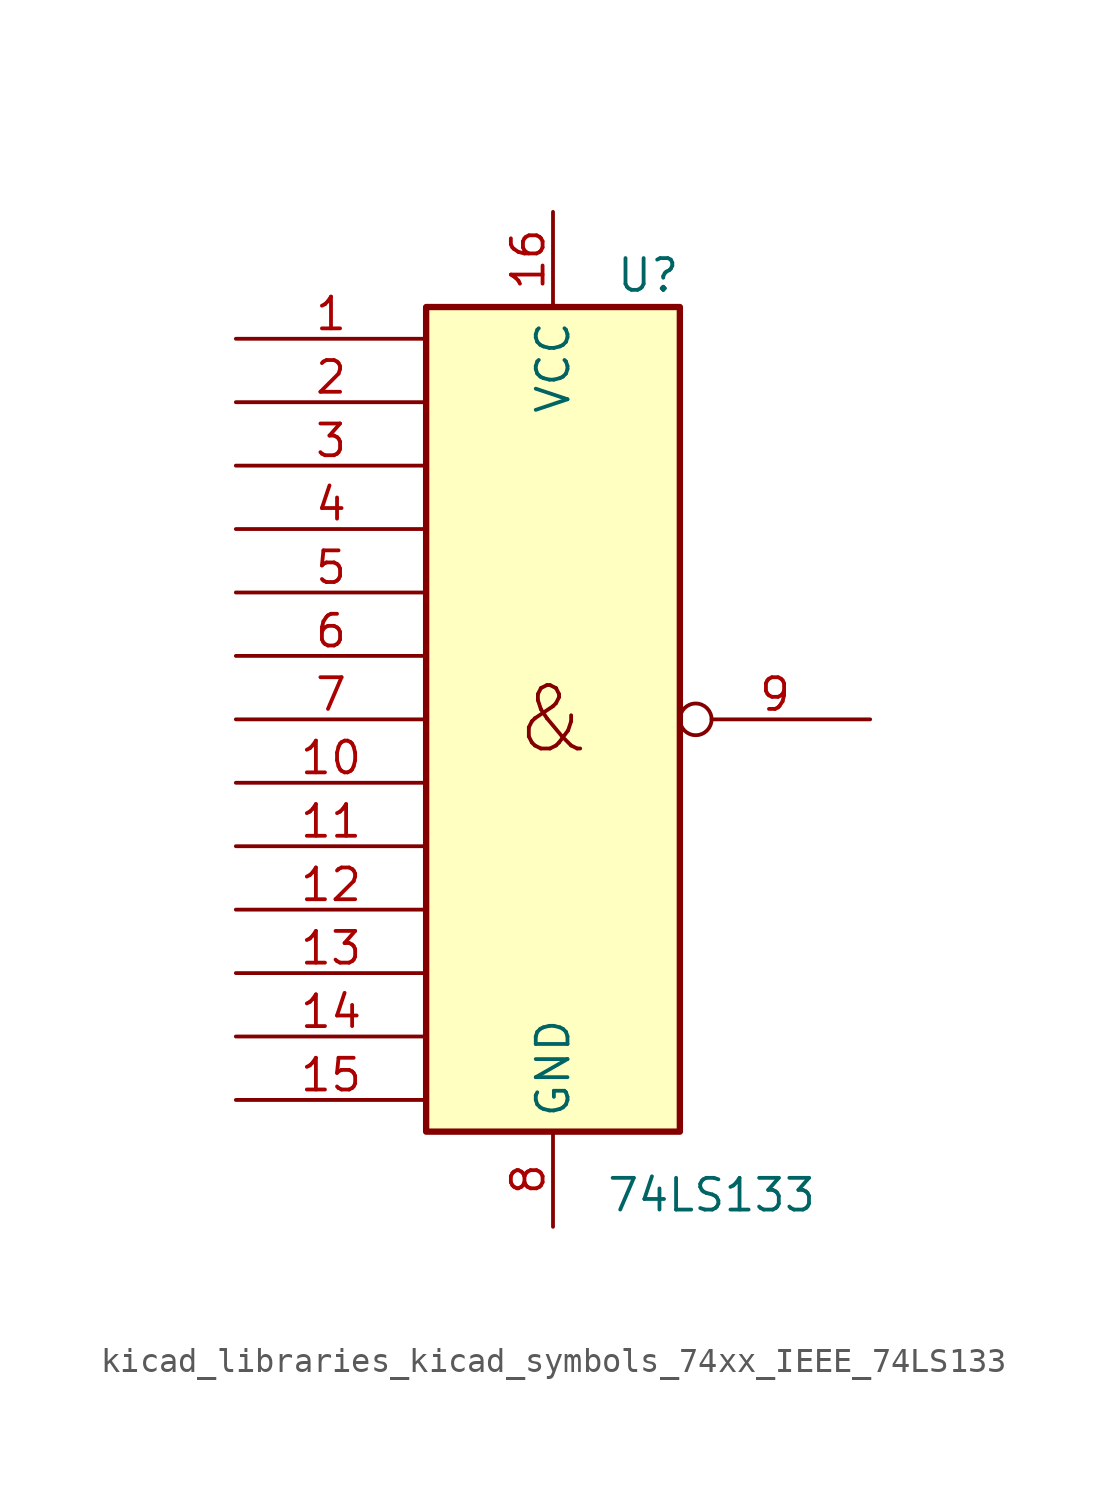
<source format=kicad_sym>
(kicad_symbol_lib
  (version 20220914)
  (generator kicad_symbol_editor)
  (symbol "kicad_libraries_kicad_symbols_74xx_IEEE_74LS133"
    (property "Reference" "U"
      (at 3.81 17.78 0)
      (effects (font (size 1.27 1.27))))
    (property "Value" "74LS133"
      (at 6.35 -19.05 0)
      (effects (font (size 1.27 1.27))))
    (symbol "kicad_libraries_kicad_symbols_74xx_IEEE_74LS133_0_0"
      (text "&" (at 0 0 0) (effects (font (size 2.54 2.54)))))
    (symbol "kicad_libraries_kicad_symbols_74xx_IEEE_74LS133_0_1"
      (rectangle (start -5.08 16.51) (end 5.08 -16.51) (stroke (width 0.254) (type default)) (fill (type background)))
      (pin power_in line (at 0 20.32 270) (length 3.81) (name "VCC" (effects (font (size 1.27 1.27)))) (number "16" (effects (font (size 1.27 1.27)))))
      (pin power_in line (at 0 -20.32 90) (length 3.81) (name "GND" (effects (font (size 1.27 1.27)))) (number "8" (effects (font (size 1.27 1.27))))))
    (symbol "kicad_libraries_kicad_symbols_74xx_IEEE_74LS133_1_1"
      (pin input line (at -12.7 15.24 0) (length 7.62) (name "~" (effects (font (size 1.27 1.27)))) (number "1" (effects (font (size 1.27 1.27)))))
      (pin input line (at -12.7 -2.54 0) (length 7.62) (name "~" (effects (font (size 1.27 1.27)))) (number "10" (effects (font (size 1.27 1.27)))))
      (pin input line (at -12.7 -5.08 0) (length 7.62) (name "~" (effects (font (size 1.27 1.27)))) (number "11" (effects (font (size 1.27 1.27)))))
      (pin input line (at -12.7 -7.62 0) (length 7.62) (name "~" (effects (font (size 1.27 1.27)))) (number "12" (effects (font (size 1.27 1.27)))))
      (pin input line (at -12.7 -10.16 0) (length 7.62) (name "~" (effects (font (size 1.27 1.27)))) (number "13" (effects (font (size 1.27 1.27)))))
      (pin input line (at -12.7 -12.7 0) (length 7.62) (name "~" (effects (font (size 1.27 1.27)))) (number "14" (effects (font (size 1.27 1.27)))))
      (pin input line (at -12.7 -15.24 0) (length 7.62) (name "~" (effects (font (size 1.27 1.27)))) (number "15" (effects (font (size 1.27 1.27)))))
      (pin input line (at -12.7 12.7 0) (length 7.62) (name "~" (effects (font (size 1.27 1.27)))) (number "2" (effects (font (size 1.27 1.27)))))
      (pin input line (at -12.7 10.16 0) (length 7.62) (name "~" (effects (font (size 1.27 1.27)))) (number "3" (effects (font (size 1.27 1.27)))))
      (pin input line (at -12.7 7.62 0) (length 7.62) (name "~" (effects (font (size 1.27 1.27)))) (number "4" (effects (font (size 1.27 1.27)))))
      (pin input line (at -12.7 5.08 0) (length 7.62) (name "~" (effects (font (size 1.27 1.27)))) (number "5" (effects (font (size 1.27 1.27)))))
      (pin input line (at -12.7 2.54 0) (length 7.62) (name "~" (effects (font (size 1.27 1.27)))) (number "6" (effects (font (size 1.27 1.27)))))
      (pin input line (at -12.7 0 0) (length 7.62) (name "~" (effects (font (size 1.27 1.27)))) (number "7" (effects (font (size 1.27 1.27)))))
      (pin output inverted (at 12.7 0 180) (length 7.62) (name "~" (effects (font (size 1.27 1.27)))) (number "9" (effects (font (size 1.27 1.27))))))))
</source>
